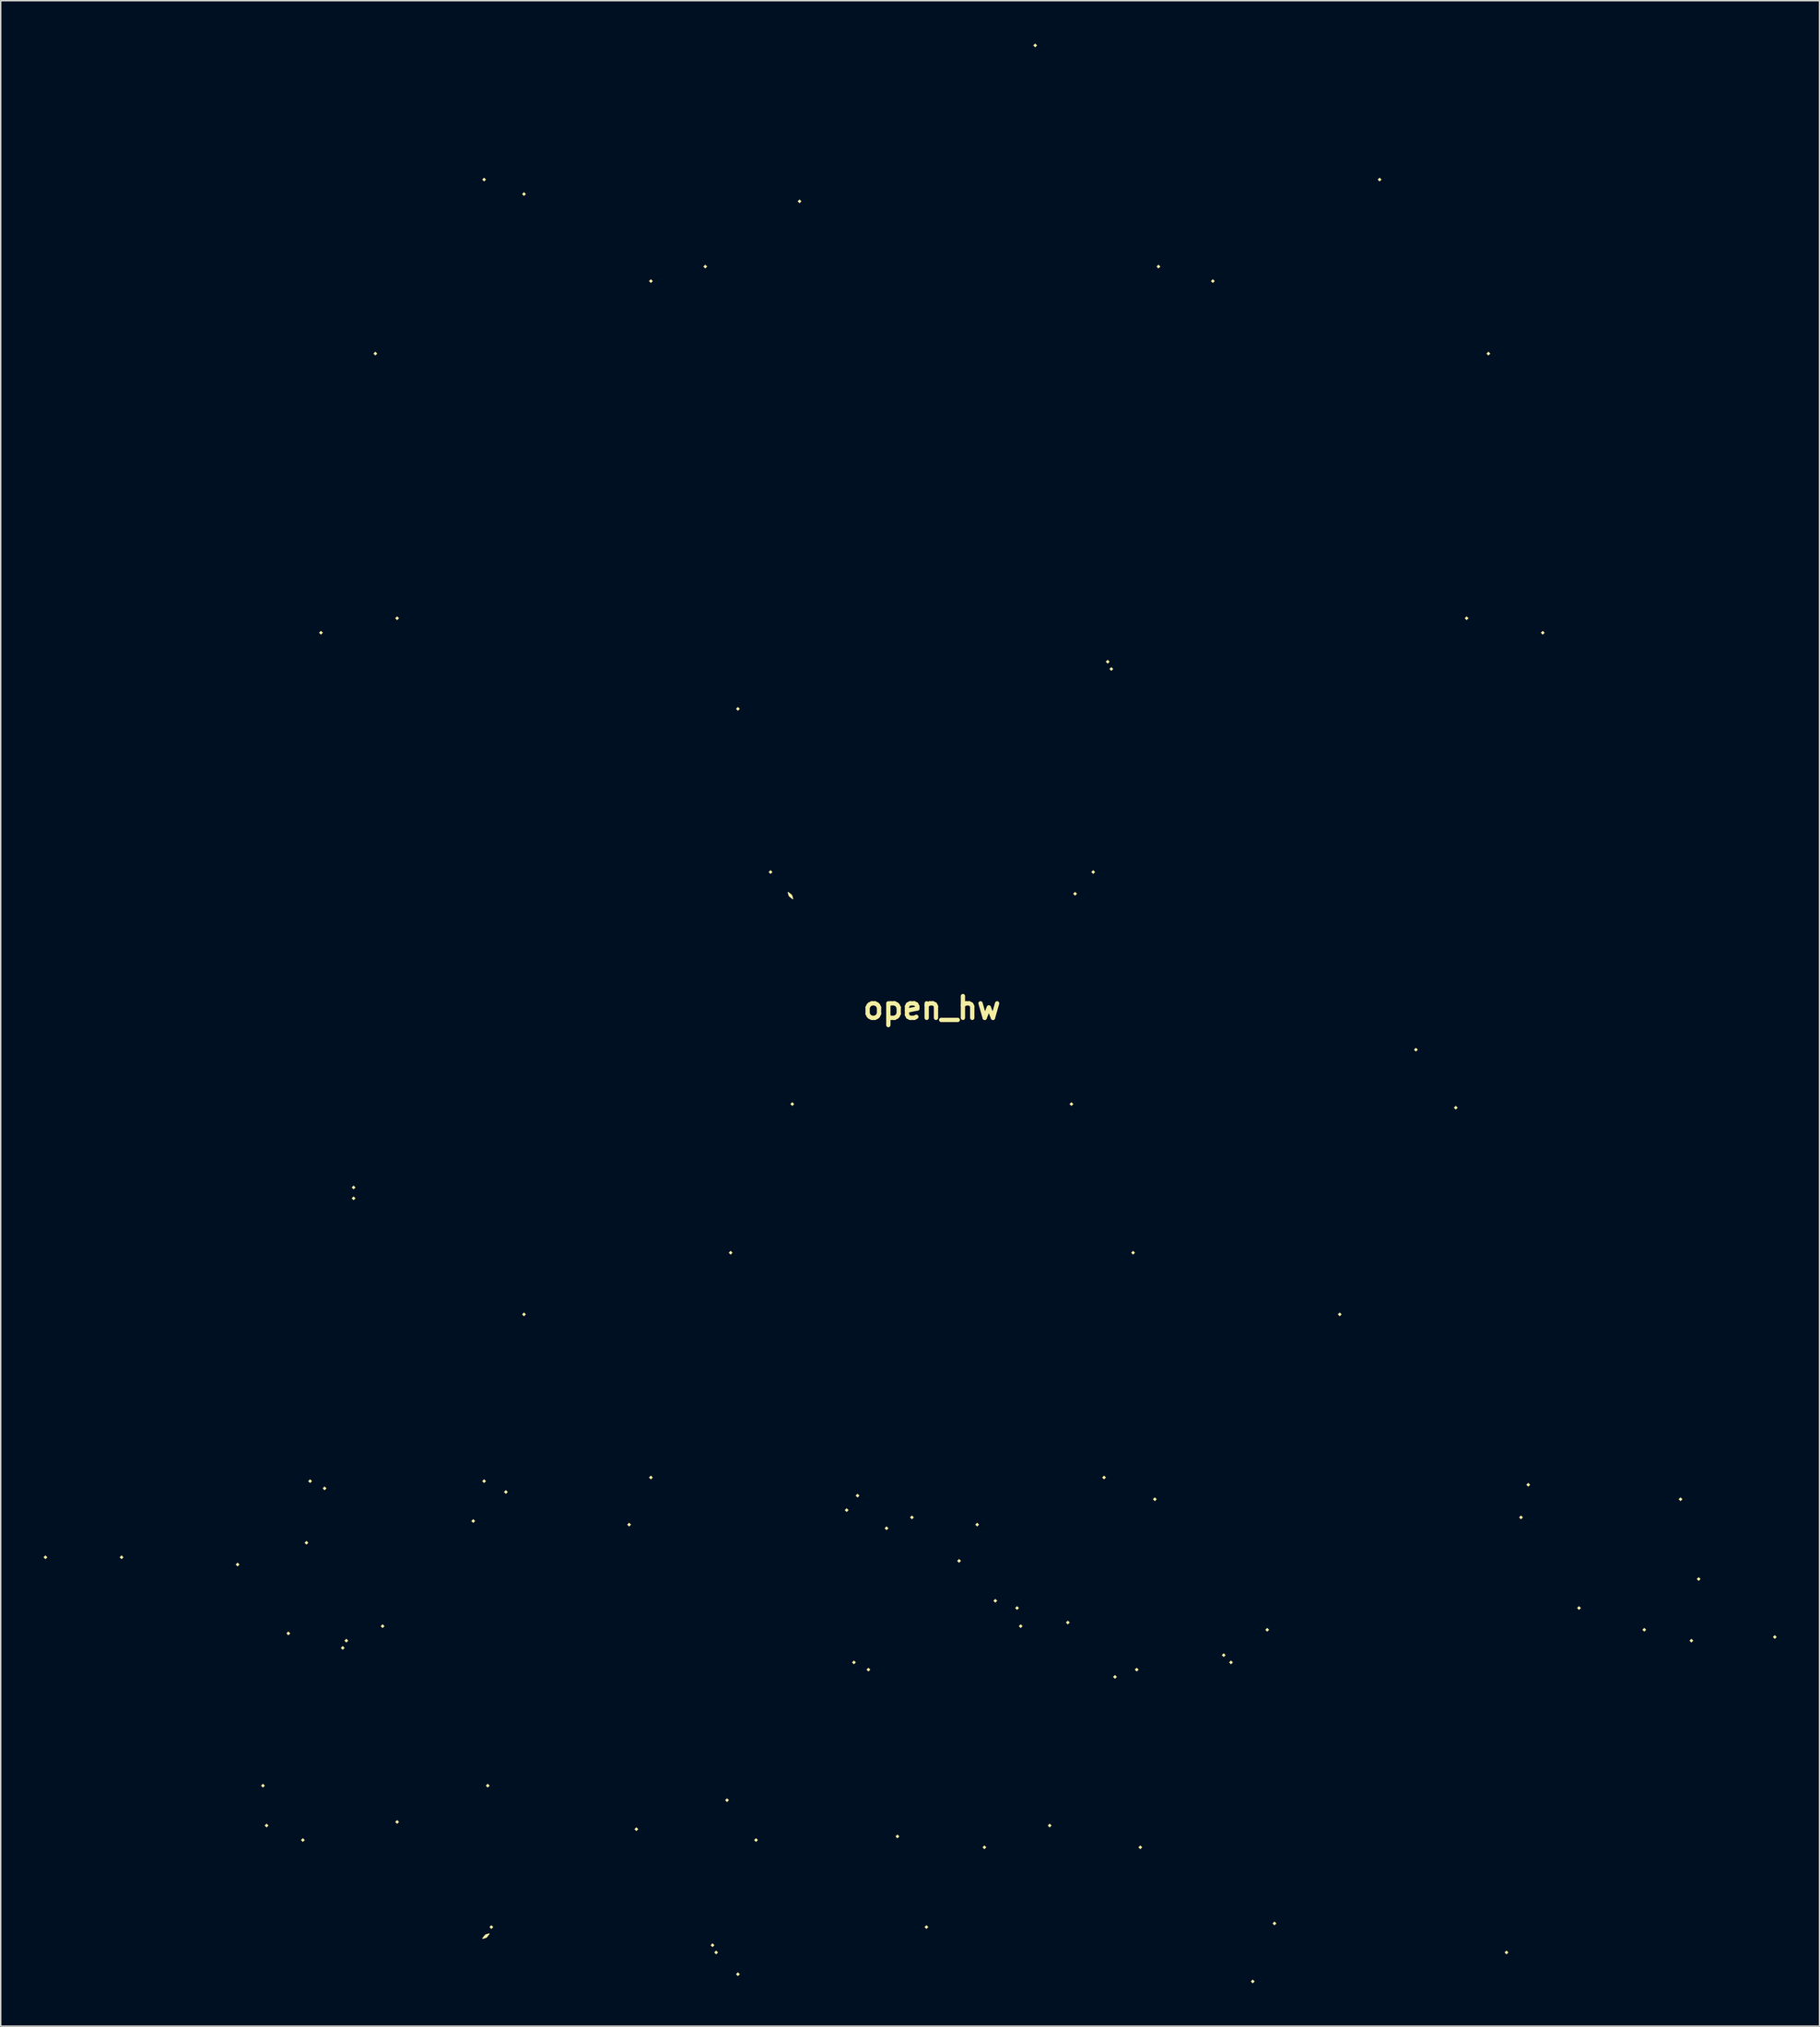
<source format=kicad_pcb>
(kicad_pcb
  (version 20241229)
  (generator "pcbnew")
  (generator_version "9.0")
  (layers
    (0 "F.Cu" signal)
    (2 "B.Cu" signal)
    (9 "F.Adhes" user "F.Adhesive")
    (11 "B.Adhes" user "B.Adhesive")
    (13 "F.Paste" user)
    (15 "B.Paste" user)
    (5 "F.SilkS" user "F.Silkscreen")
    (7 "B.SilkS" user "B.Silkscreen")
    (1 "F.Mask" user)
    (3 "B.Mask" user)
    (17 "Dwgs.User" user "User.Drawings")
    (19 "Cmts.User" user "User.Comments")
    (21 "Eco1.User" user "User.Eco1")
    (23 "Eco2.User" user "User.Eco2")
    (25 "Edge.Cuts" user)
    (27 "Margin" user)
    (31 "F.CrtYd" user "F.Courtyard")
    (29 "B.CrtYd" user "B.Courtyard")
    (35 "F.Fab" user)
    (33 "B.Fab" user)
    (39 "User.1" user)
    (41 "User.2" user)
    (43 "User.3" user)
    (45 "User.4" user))
  (footprint "open_hw"
    (layer "F.Cu")
    (at 62.235 67.569)
    (property "Reference" "open_hw" (at 0 0 0) (layer "F.SilkS") (effects (font (size 1.524 1.524) (thickness 0.3))))
    (attr through_hole)
    (fp_poly (pts (xy -61.976 38.481) (xy -62.103 38.608) (xy -62.23 38.481) (xy -62.103 38.354) (xy -61.976 38.481)) (stroke (width 0.01) (type solid)) (fill yes) (layer "F.SilkS"))
    (fp_poly (pts (xy -56.642 38.481) (xy -56.769 38.608) (xy -56.896 38.481) (xy -56.769 38.354) (xy -56.642 38.481)) (stroke (width 0.01) (type solid)) (fill yes) (layer "F.SilkS"))
    (fp_poly (pts (xy -48.514 38.989) (xy -48.641 39.116) (xy -48.768 38.989) (xy -48.641 38.862) (xy -48.514 38.989)) (stroke (width 0.01) (type solid)) (fill yes) (layer "F.SilkS"))
    (fp_poly (pts (xy -46.736 54.483) (xy -46.863 54.61) (xy -46.99 54.483) (xy -46.863 54.356) (xy -46.736 54.483)) (stroke (width 0.01) (type solid)) (fill yes) (layer "F.SilkS"))
    (fp_poly (pts (xy -46.482 57.277) (xy -46.609 57.404) (xy -46.736 57.277) (xy -46.609 57.15) (xy -46.482 57.277)) (stroke (width 0.01) (type solid)) (fill yes) (layer "F.SilkS"))
    (fp_poly (pts (xy -44.958 43.815) (xy -45.085 43.942) (xy -45.212 43.815) (xy -45.085 43.688) (xy -44.958 43.815)) (stroke (width 0.01) (type solid)) (fill yes) (layer "F.SilkS"))
    (fp_poly (pts (xy -43.942 58.293) (xy -44.069 58.42) (xy -44.196 58.293) (xy -44.069 58.166) (xy -43.942 58.293)) (stroke (width 0.01) (type solid)) (fill yes) (layer "F.SilkS"))
    (fp_poly (pts (xy -43.688 37.465) (xy -43.815 37.592) (xy -43.942 37.465) (xy -43.815 37.338) (xy -43.688 37.465)) (stroke (width 0.01) (type solid)) (fill yes) (layer "F.SilkS"))
    (fp_poly (pts (xy -43.434 33.147) (xy -43.561 33.274) (xy -43.688 33.147) (xy -43.561 33.02) (xy -43.434 33.147)) (stroke (width 0.01) (type solid)) (fill yes) (layer "F.SilkS"))
    (fp_poly (pts (xy -42.672 -26.289) (xy -42.799 -26.162) (xy -42.926 -26.289) (xy -42.799 -26.416) (xy -42.672 -26.289)) (stroke (width 0.01) (type solid)) (fill yes) (layer "F.SilkS"))
    (fp_poly (pts (xy -42.418 33.655) (xy -42.545 33.782) (xy -42.672 33.655) (xy -42.545 33.528) (xy -42.418 33.655)) (stroke (width 0.01) (type solid)) (fill yes) (layer "F.SilkS"))
    (fp_poly (pts (xy -41.148 44.831) (xy -41.275 44.958) (xy -41.402 44.831) (xy -41.275 44.704) (xy -41.148 44.831)) (stroke (width 0.01) (type solid)) (fill yes) (layer "F.SilkS"))
    (fp_poly (pts (xy -40.894 44.323) (xy -41.021 44.45) (xy -41.148 44.323) (xy -41.021 44.196) (xy -40.894 44.323)) (stroke (width 0.01) (type solid)) (fill yes) (layer "F.SilkS"))
    (fp_poly (pts (xy -40.386 12.573) (xy -40.513 12.7) (xy -40.64 12.573) (xy -40.513 12.446) (xy -40.386 12.573)) (stroke (width 0.01) (type solid)) (fill yes) (layer "F.SilkS"))
    (fp_poly (pts (xy -40.386 13.335) (xy -40.513 13.462) (xy -40.64 13.335) (xy -40.513 13.208) (xy -40.386 13.335)) (stroke (width 0.01) (type solid)) (fill yes) (layer "F.SilkS"))
    (fp_poly (pts (xy -38.862 -45.847) (xy -38.989 -45.72) (xy -39.116 -45.847) (xy -38.989 -45.974) (xy -38.862 -45.847)) (stroke (width 0.01) (type solid)) (fill yes) (layer "F.SilkS"))
    (fp_poly (pts (xy -38.354 43.307) (xy -38.481 43.434) (xy -38.608 43.307) (xy -38.481 43.18) (xy -38.354 43.307)) (stroke (width 0.01) (type solid)) (fill yes) (layer "F.SilkS"))
    (fp_poly (pts (xy -37.338 -27.305) (xy -37.465 -27.178) (xy -37.592 -27.305) (xy -37.465 -27.432) (xy -37.338 -27.305)) (stroke (width 0.01) (type solid)) (fill yes) (layer "F.SilkS"))
    (fp_poly (pts (xy -37.338 57.023) (xy -37.465 57.15) (xy -37.592 57.023) (xy -37.465 56.896) (xy -37.338 57.023)) (stroke (width 0.01) (type solid)) (fill yes) (layer "F.SilkS"))
    (fp_poly (pts (xy -32.004 35.941) (xy -32.131 36.068) (xy -32.258 35.941) (xy -32.131 35.814) (xy -32.004 35.941)) (stroke (width 0.01) (type solid)) (fill yes) (layer "F.SilkS"))
    (fp_poly (pts (xy -31.242 -58.039) (xy -31.369 -57.912) (xy -31.496 -58.039) (xy -31.369 -58.166) (xy -31.242 -58.039)) (stroke (width 0.01) (type solid)) (fill yes) (layer "F.SilkS"))
    (fp_poly (pts (xy -31.242 33.147) (xy -31.369 33.274) (xy -31.496 33.147) (xy -31.369 33.02) (xy -31.242 33.147)) (stroke (width 0.01) (type solid)) (fill yes) (layer "F.SilkS"))
    (fp_poly (pts (xy -30.988 54.483) (xy -31.115 54.61) (xy -31.242 54.483) (xy -31.115 54.356) (xy -30.988 54.483)) (stroke (width 0.01) (type solid)) (fill yes) (layer "F.SilkS"))
    (fp_poly (pts (xy -30.734 64.389) (xy -30.861 64.516) (xy -30.988 64.389) (xy -30.861 64.262) (xy -30.734 64.389)) (stroke (width 0.01) (type solid)) (fill yes) (layer "F.SilkS"))
    (fp_poly (pts (xy -29.718 33.909) (xy -29.845 34.036) (xy -29.972 33.909) (xy -29.845 33.782) (xy -29.718 33.909)) (stroke (width 0.01) (type solid)) (fill yes) (layer "F.SilkS"))
    (fp_poly (pts (xy -28.448 -57.023) (xy -28.575 -56.896) (xy -28.702 -57.023) (xy -28.575 -57.15) (xy -28.448 -57.023)) (stroke (width 0.01) (type solid)) (fill yes) (layer "F.SilkS"))
    (fp_poly (pts (xy -28.448 21.463) (xy -28.575 21.59) (xy -28.702 21.463) (xy -28.575 21.336) (xy -28.448 21.463)) (stroke (width 0.01) (type solid)) (fill yes) (layer "F.SilkS"))
    (fp_poly (pts (xy -21.082 36.195) (xy -21.209 36.322) (xy -21.336 36.195) (xy -21.209 36.068) (xy -21.082 36.195)) (stroke (width 0.01) (type solid)) (fill yes) (layer "F.SilkS"))
    (fp_poly (pts (xy -20.574 57.531) (xy -20.701 57.658) (xy -20.828 57.531) (xy -20.701 57.404) (xy -20.574 57.531)) (stroke (width 0.01) (type solid)) (fill yes) (layer "F.SilkS"))
    (fp_poly (pts (xy -19.558 -50.927) (xy -19.685 -50.8) (xy -19.812 -50.927) (xy -19.685 -51.054) (xy -19.558 -50.927)) (stroke (width 0.01) (type solid)) (fill yes) (layer "F.SilkS"))
    (fp_poly (pts (xy -19.558 32.893) (xy -19.685 33.02) (xy -19.812 32.893) (xy -19.685 32.766) (xy -19.558 32.893)) (stroke (width 0.01) (type solid)) (fill yes) (layer "F.SilkS"))
    (fp_poly (pts (xy -15.748 -51.943) (xy -15.875 -51.816) (xy -16.002 -51.943) (xy -15.875 -52.07) (xy -15.748 -51.943)) (stroke (width 0.01) (type solid)) (fill yes) (layer "F.SilkS"))
    (fp_poly (pts (xy -15.24 65.659) (xy -15.367 65.786) (xy -15.494 65.659) (xy -15.367 65.532) (xy -15.24 65.659)) (stroke (width 0.01) (type solid)) (fill yes) (layer "F.SilkS"))
    (fp_poly (pts (xy -14.986 66.167) (xy -15.113 66.294) (xy -15.24 66.167) (xy -15.113 66.04) (xy -14.986 66.167)) (stroke (width 0.01) (type solid)) (fill yes) (layer "F.SilkS"))
    (fp_poly (pts (xy -14.224 55.499) (xy -14.351 55.626) (xy -14.478 55.499) (xy -14.351 55.372) (xy -14.224 55.499)) (stroke (width 0.01) (type solid)) (fill yes) (layer "F.SilkS"))
    (fp_poly (pts (xy -13.97 17.145) (xy -14.097 17.272) (xy -14.224 17.145) (xy -14.097 17.018) (xy -13.97 17.145)) (stroke (width 0.01) (type solid)) (fill yes) (layer "F.SilkS"))
    (fp_poly (pts (xy -13.462 -20.955) (xy -13.589 -20.828) (xy -13.716 -20.955) (xy -13.589 -21.082) (xy -13.462 -20.955)) (stroke (width 0.01) (type solid)) (fill yes) (layer "F.SilkS"))
    (fp_poly (pts (xy -13.462 67.691) (xy -13.589 67.818) (xy -13.716 67.691) (xy -13.589 67.564) (xy -13.462 67.691)) (stroke (width 0.01) (type solid)) (fill yes) (layer "F.SilkS"))
    (fp_poly (pts (xy -12.192 58.293) (xy -12.319 58.42) (xy -12.446 58.293) (xy -12.319 58.166) (xy -12.192 58.293)) (stroke (width 0.01) (type solid)) (fill yes) (layer "F.SilkS"))
    (fp_poly (pts (xy -11.176 -9.525) (xy -11.303 -9.398) (xy -11.43 -9.525) (xy -11.303 -9.652) (xy -11.176 -9.525)) (stroke (width 0.01) (type solid)) (fill yes) (layer "F.SilkS"))
    (fp_poly (pts (xy -9.652 6.731) (xy -9.779 6.858) (xy -9.906 6.731) (xy -9.779 6.604) (xy -9.652 6.731)) (stroke (width 0.01) (type solid)) (fill yes) (layer "F.SilkS"))
    (fp_poly (pts (xy -9.144 -56.515) (xy -9.271 -56.388) (xy -9.398 -56.515) (xy -9.271 -56.642) (xy -9.144 -56.515)) (stroke (width 0.01) (type solid)) (fill yes) (layer "F.SilkS"))
    (fp_poly (pts (xy -5.842 35.179) (xy -5.969 35.306) (xy -6.096 35.179) (xy -5.969 35.052) (xy -5.842 35.179)) (stroke (width 0.01) (type solid)) (fill yes) (layer "F.SilkS"))
    (fp_poly (pts (xy -5.334 45.847) (xy -5.461 45.974) (xy -5.588 45.847) (xy -5.461 45.72) (xy -5.334 45.847)) (stroke (width 0.01) (type solid)) (fill yes) (layer "F.SilkS"))
    (fp_poly (pts (xy -5.08 34.163) (xy -5.207 34.29) (xy -5.334 34.163) (xy -5.207 34.036) (xy -5.08 34.163)) (stroke (width 0.01) (type solid)) (fill yes) (layer "F.SilkS"))
    (fp_poly (pts (xy -4.318 46.355) (xy -4.445 46.482) (xy -4.572 46.355) (xy -4.445 46.228) (xy -4.318 46.355)) (stroke (width 0.01) (type solid)) (fill yes) (layer "F.SilkS"))
    (fp_poly (pts (xy -3.048 36.449) (xy -3.175 36.576) (xy -3.302 36.449) (xy -3.175 36.322) (xy -3.048 36.449)) (stroke (width 0.01) (type solid)) (fill yes) (layer "F.SilkS"))
    (fp_poly (pts (xy -2.286 58.039) (xy -2.413 58.166) (xy -2.54 58.039) (xy -2.413 57.912) (xy -2.286 58.039)) (stroke (width 0.01) (type solid)) (fill yes) (layer "F.SilkS"))
    (fp_poly (pts (xy -1.27 35.687) (xy -1.397 35.814) (xy -1.524 35.687) (xy -1.397 35.56) (xy -1.27 35.687)) (stroke (width 0.01) (type solid)) (fill yes) (layer "F.SilkS"))
    (fp_poly (pts (xy -0.254 64.389) (xy -0.381 64.516) (xy -0.508 64.389) (xy -0.381 64.262) (xy -0.254 64.389)) (stroke (width 0.01) (type solid)) (fill yes) (layer "F.SilkS"))
    (fp_poly (pts (xy 2.032 38.735) (xy 1.905 38.862) (xy 1.778 38.735) (xy 1.905 38.608) (xy 2.032 38.735)) (stroke (width 0.01) (type solid)) (fill yes) (layer "F.SilkS"))
    (fp_poly (pts (xy 3.302 36.195) (xy 3.175 36.322) (xy 3.048 36.195) (xy 3.175 36.068) (xy 3.302 36.195)) (stroke (width 0.01) (type solid)) (fill yes) (layer "F.SilkS"))
    (fp_poly (pts (xy 3.81 58.801) (xy 3.683 58.928) (xy 3.556 58.801) (xy 3.683 58.674) (xy 3.81 58.801)) (stroke (width 0.01) (type solid)) (fill yes) (layer "F.SilkS"))
    (fp_poly (pts (xy 4.572 41.529) (xy 4.445 41.656) (xy 4.318 41.529) (xy 4.445 41.402) (xy 4.572 41.529)) (stroke (width 0.01) (type solid)) (fill yes) (layer "F.SilkS"))
    (fp_poly (pts (xy 6.096 42.037) (xy 5.969 42.164) (xy 5.842 42.037) (xy 5.969 41.91) (xy 6.096 42.037)) (stroke (width 0.01) (type solid)) (fill yes) (layer "F.SilkS"))
    (fp_poly (pts (xy 6.35 43.307) (xy 6.223 43.434) (xy 6.096 43.307) (xy 6.223 43.18) (xy 6.35 43.307)) (stroke (width 0.01) (type solid)) (fill yes) (layer "F.SilkS"))
    (fp_poly (pts (xy 7.366 -67.437) (xy 7.239 -67.31) (xy 7.112 -67.437) (xy 7.239 -67.564) (xy 7.366 -67.437)) (stroke (width 0.01) (type solid)) (fill yes) (layer "F.SilkS"))
    (fp_poly (pts (xy 8.382 57.277) (xy 8.255 57.404) (xy 8.128 57.277) (xy 8.255 57.15) (xy 8.382 57.277)) (stroke (width 0.01) (type solid)) (fill yes) (layer "F.SilkS"))
    (fp_poly (pts (xy 9.652 43.053) (xy 9.525 43.18) (xy 9.398 43.053) (xy 9.525 42.926) (xy 9.652 43.053)) (stroke (width 0.01) (type solid)) (fill yes) (layer "F.SilkS"))
    (fp_poly (pts (xy 9.906 6.731) (xy 9.779 6.858) (xy 9.652 6.731) (xy 9.779 6.604) (xy 9.906 6.731)) (stroke (width 0.01) (type solid)) (fill yes) (layer "F.SilkS"))
    (fp_poly (pts (xy 10.16 -8.001) (xy 10.033 -7.874) (xy 9.906 -8.001) (xy 10.033 -8.128) (xy 10.16 -8.001)) (stroke (width 0.01) (type solid)) (fill yes) (layer "F.SilkS"))
    (fp_poly (pts (xy 11.43 -9.525) (xy 11.303 -9.398) (xy 11.176 -9.525) (xy 11.303 -9.652) (xy 11.43 -9.525)) (stroke (width 0.01) (type solid)) (fill yes) (layer "F.SilkS"))
    (fp_poly (pts (xy 12.192 32.893) (xy 12.065 33.02) (xy 11.938 32.893) (xy 12.065 32.766) (xy 12.192 32.893)) (stroke (width 0.01) (type solid)) (fill yes) (layer "F.SilkS"))
    (fp_poly (pts (xy 12.446 -24.257) (xy 12.319 -24.13) (xy 12.192 -24.257) (xy 12.319 -24.384) (xy 12.446 -24.257)) (stroke (width 0.01) (type solid)) (fill yes) (layer "F.SilkS"))
    (fp_poly (pts (xy 12.7 -23.749) (xy 12.573 -23.622) (xy 12.446 -23.749) (xy 12.573 -23.876) (xy 12.7 -23.749)) (stroke (width 0.01) (type solid)) (fill yes) (layer "F.SilkS"))
    (fp_poly (pts (xy 12.954 46.863) (xy 12.827 46.99) (xy 12.7 46.863) (xy 12.827 46.736) (xy 12.954 46.863)) (stroke (width 0.01) (type solid)) (fill yes) (layer "F.SilkS"))
    (fp_poly (pts (xy 14.224 17.145) (xy 14.097 17.272) (xy 13.97 17.145) (xy 14.097 17.018) (xy 14.224 17.145)) (stroke (width 0.01) (type solid)) (fill yes) (layer "F.SilkS"))
    (fp_poly (pts (xy 14.478 46.355) (xy 14.351 46.482) (xy 14.224 46.355) (xy 14.351 46.228) (xy 14.478 46.355)) (stroke (width 0.01) (type solid)) (fill yes) (layer "F.SilkS"))
    (fp_poly (pts (xy 14.732 58.801) (xy 14.605 58.928) (xy 14.478 58.801) (xy 14.605 58.674) (xy 14.732 58.801)) (stroke (width 0.01) (type solid)) (fill yes) (layer "F.SilkS"))
    (fp_poly (pts (xy 15.748 34.417) (xy 15.621 34.544) (xy 15.494 34.417) (xy 15.621 34.29) (xy 15.748 34.417)) (stroke (width 0.01) (type solid)) (fill yes) (layer "F.SilkS"))
    (fp_poly (pts (xy 16.002 -51.943) (xy 15.875 -51.816) (xy 15.748 -51.943) (xy 15.875 -52.07) (xy 16.002 -51.943)) (stroke (width 0.01) (type solid)) (fill yes) (layer "F.SilkS"))
    (fp_poly (pts (xy 19.812 -50.927) (xy 19.685 -50.8) (xy 19.558 -50.927) (xy 19.685 -51.054) (xy 19.812 -50.927)) (stroke (width 0.01) (type solid)) (fill yes) (layer "F.SilkS"))
    (fp_poly (pts (xy 20.574 45.339) (xy 20.447 45.466) (xy 20.32 45.339) (xy 20.447 45.212) (xy 20.574 45.339)) (stroke (width 0.01) (type solid)) (fill yes) (layer "F.SilkS"))
    (fp_poly (pts (xy 21.082 45.847) (xy 20.955 45.974) (xy 20.828 45.847) (xy 20.955 45.72) (xy 21.082 45.847)) (stroke (width 0.01) (type solid)) (fill yes) (layer "F.SilkS"))
    (fp_poly (pts (xy 22.606 68.199) (xy 22.479 68.326) (xy 22.352 68.199) (xy 22.479 68.072) (xy 22.606 68.199)) (stroke (width 0.01) (type solid)) (fill yes) (layer "F.SilkS"))
    (fp_poly (pts (xy 23.622 43.561) (xy 23.495 43.688) (xy 23.368 43.561) (xy 23.495 43.434) (xy 23.622 43.561)) (stroke (width 0.01) (type solid)) (fill yes) (layer "F.SilkS"))
    (fp_poly (pts (xy 24.13 64.135) (xy 24.003 64.262) (xy 23.876 64.135) (xy 24.003 64.008) (xy 24.13 64.135)) (stroke (width 0.01) (type solid)) (fill yes) (layer "F.SilkS"))
    (fp_poly (pts (xy 28.702 21.463) (xy 28.575 21.59) (xy 28.448 21.463) (xy 28.575 21.336) (xy 28.702 21.463)) (stroke (width 0.01) (type solid)) (fill yes) (layer "F.SilkS"))
    (fp_poly (pts (xy 31.496 -58.039) (xy 31.369 -57.912) (xy 31.242 -58.039) (xy 31.369 -58.166) (xy 31.496 -58.039)) (stroke (width 0.01) (type solid)) (fill yes) (layer "F.SilkS"))
    (fp_poly (pts (xy 34.036 2.921) (xy 33.909 3.048) (xy 33.782 2.921) (xy 33.909 2.794) (xy 34.036 2.921)) (stroke (width 0.01) (type solid)) (fill yes) (layer "F.SilkS"))
    (fp_poly (pts (xy 36.83 6.985) (xy 36.703 7.112) (xy 36.576 6.985) (xy 36.703 6.858) (xy 36.83 6.985)) (stroke (width 0.01) (type solid)) (fill yes) (layer "F.SilkS"))
    (fp_poly (pts (xy 37.592 -27.305) (xy 37.465 -27.178) (xy 37.338 -27.305) (xy 37.465 -27.432) (xy 37.592 -27.305)) (stroke (width 0.01) (type solid)) (fill yes) (layer "F.SilkS"))
    (fp_poly (pts (xy 39.116 -45.847) (xy 38.989 -45.72) (xy 38.862 -45.847) (xy 38.989 -45.974) (xy 39.116 -45.847)) (stroke (width 0.01) (type solid)) (fill yes) (layer "F.SilkS"))
    (fp_poly (pts (xy 40.386 66.167) (xy 40.259 66.294) (xy 40.132 66.167) (xy 40.259 66.04) (xy 40.386 66.167)) (stroke (width 0.01) (type solid)) (fill yes) (layer "F.SilkS"))
    (fp_poly (pts (xy 41.402 35.687) (xy 41.275 35.814) (xy 41.148 35.687) (xy 41.275 35.56) (xy 41.402 35.687)) (stroke (width 0.01) (type solid)) (fill yes) (layer "F.SilkS"))
    (fp_poly (pts (xy 41.91 33.401) (xy 41.783 33.528) (xy 41.656 33.401) (xy 41.783 33.274) (xy 41.91 33.401)) (stroke (width 0.01) (type solid)) (fill yes) (layer "F.SilkS"))
    (fp_poly (pts (xy 42.926 -26.289) (xy 42.799 -26.162) (xy 42.672 -26.289) (xy 42.799 -26.416) (xy 42.926 -26.289)) (stroke (width 0.01) (type solid)) (fill yes) (layer "F.SilkS"))
    (fp_poly (pts (xy 45.466 42.037) (xy 45.339 42.164) (xy 45.212 42.037) (xy 45.339 41.91) (xy 45.466 42.037)) (stroke (width 0.01) (type solid)) (fill yes) (layer "F.SilkS"))
    (fp_poly (pts (xy 50.038 43.561) (xy 49.911 43.688) (xy 49.784 43.561) (xy 49.911 43.434) (xy 50.038 43.561)) (stroke (width 0.01) (type solid)) (fill yes) (layer "F.SilkS"))
    (fp_poly (pts (xy 52.578 34.417) (xy 52.451 34.544) (xy 52.324 34.417) (xy 52.451 34.29) (xy 52.578 34.417)) (stroke (width 0.01) (type solid)) (fill yes) (layer "F.SilkS"))
    (fp_poly (pts (xy 53.34 44.323) (xy 53.213 44.45) (xy 53.086 44.323) (xy 53.213 44.196) (xy 53.34 44.323)) (stroke (width 0.01) (type solid)) (fill yes) (layer "F.SilkS"))
    (fp_poly (pts (xy 53.848 40.005) (xy 53.721 40.132) (xy 53.594 40.005) (xy 53.721 39.878) (xy 53.848 40.005)) (stroke (width 0.01) (type solid)) (fill yes) (layer "F.SilkS"))
    (fp_poly (pts (xy 59.182 44.069) (xy 59.055 44.196) (xy 58.928 44.069) (xy 59.055 43.942) (xy 59.182 44.069)) (stroke (width 0.01) (type solid)) (fill yes) (layer "F.SilkS"))
    (fp_poly (pts (xy -30.988 64.867) (xy -31.167 65.099) (xy -31.242 65.151) (xy -31.479 65.216) (xy -31.496 65.181) (xy -31.317 64.949) (xy -31.242 64.897) (xy -31.005 64.832) (xy -30.988 64.867)) (stroke (width 0.01) (type solid)) (fill yes) (layer "F.SilkS"))
    (fp_poly (pts (xy -9.831 -7.949) (xy -9.779 -7.874) (xy -9.714 -7.637) (xy -9.749 -7.62) (xy -9.981 -7.799) (xy -10.033 -7.874) (xy -10.098 -8.111) (xy -10.063 -8.128) (xy -9.831 -7.949)) (stroke (width 0.01) (type solid)) (fill yes) (layer "F.SilkS")))
  (gr_rect
    (start -3 -3)
    (end 124.422 138.9)
    (stroke (width 0.1) (type default))
    (fill no)
    (layer "Edge.Cuts")))
</source>
